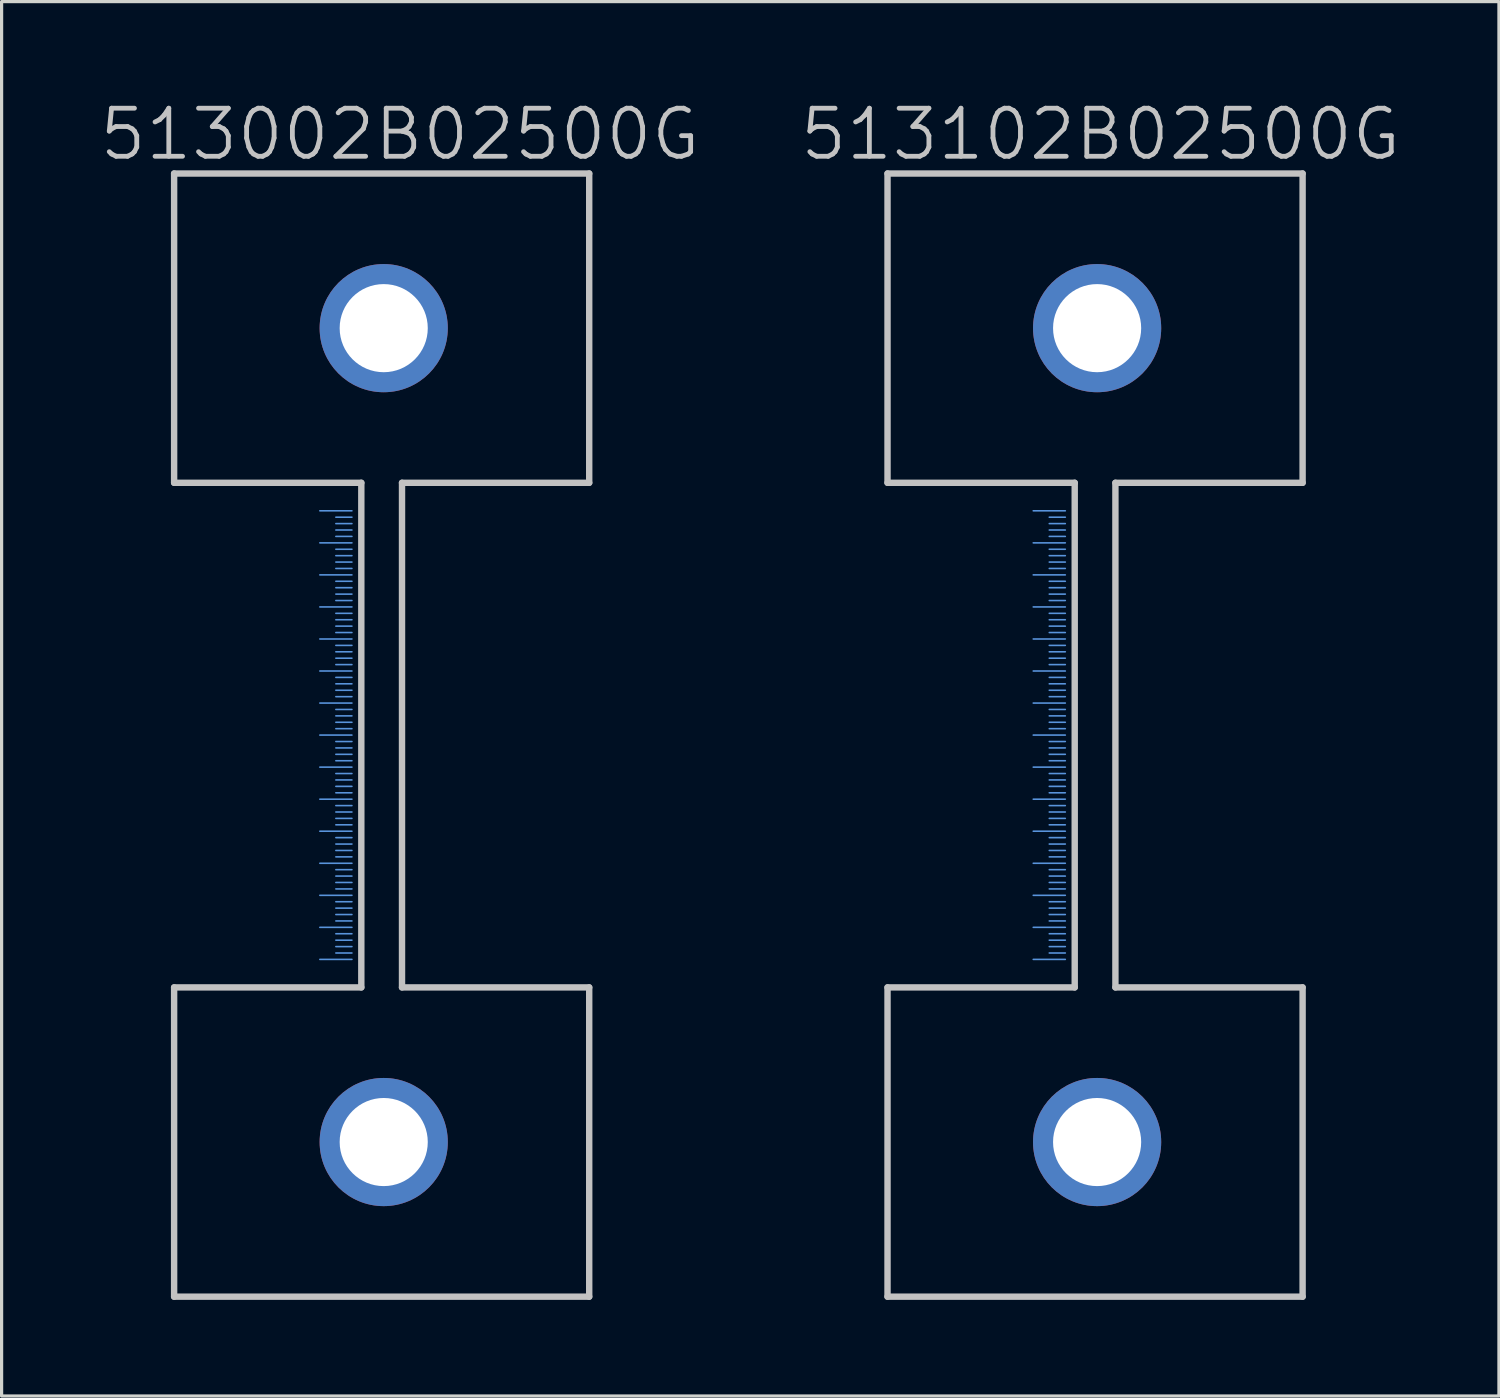
<source format=kicad_pcb>
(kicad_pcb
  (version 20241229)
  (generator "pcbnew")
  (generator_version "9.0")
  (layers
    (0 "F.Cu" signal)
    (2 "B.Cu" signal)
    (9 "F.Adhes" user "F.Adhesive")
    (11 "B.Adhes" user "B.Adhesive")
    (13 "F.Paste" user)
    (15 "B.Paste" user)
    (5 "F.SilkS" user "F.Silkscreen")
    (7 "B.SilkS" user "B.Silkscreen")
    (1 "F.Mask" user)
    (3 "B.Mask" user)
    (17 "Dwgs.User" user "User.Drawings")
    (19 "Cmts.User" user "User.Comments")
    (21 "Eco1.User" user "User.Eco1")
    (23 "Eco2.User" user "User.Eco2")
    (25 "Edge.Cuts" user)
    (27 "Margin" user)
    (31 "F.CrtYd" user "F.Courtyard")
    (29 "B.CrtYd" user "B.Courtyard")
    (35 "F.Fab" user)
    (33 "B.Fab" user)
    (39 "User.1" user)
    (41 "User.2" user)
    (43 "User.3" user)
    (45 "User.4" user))
  (footprint "513102B02500G"
    (layer "F.Cu")
    (at 27.696 19.891)
    (property "Reference" "513102B02500G" (at 3.6 -18.75 180) (layer "Dwgs.User") (effects (font (size 1.5 1.5) (thickness 0.15))))
    (attr through_hole)
    (fp_line (start -3.048 -17.526) (end -3.048 -7.874) (stroke (width 0.2) (type solid)) (layer "Dwgs.User"))
    (fp_line (start -3.048 7.874) (end -3.048 17.526) (stroke (width 0.2) (type solid)) (layer "Dwgs.User"))
    (fp_line (start -3.048 7.874) (end 2.794 7.874) (stroke (width 0.2) (type solid)) (layer "Dwgs.User"))
    (fp_line (start 2.794 -7.874) (end -3.048 -7.874) (stroke (width 0.2) (type solid)) (layer "Dwgs.User"))
    (fp_line (start 2.794 -7.874) (end 2.794 7.874) (stroke (width 0.2) (type solid)) (layer "Dwgs.User"))
    (fp_line (start 4.064 7.874) (end 4.064 -7.874) (stroke (width 0.2) (type solid)) (layer "Dwgs.User"))
    (fp_line (start 9.906 -17.526) (end -3.048 -17.526) (stroke (width 0.2) (type solid)) (layer "Dwgs.User"))
    (fp_line (start 9.906 -7.874) (end 4.064 -7.874) (stroke (width 0.2) (type solid)) (layer "Dwgs.User"))
    (fp_line (start 9.906 -7.874) (end 9.906 -17.526) (stroke (width 0.2) (type solid)) (layer "Dwgs.User"))
    (fp_line (start 9.906 7.874) (end 4.064 7.874) (stroke (width 0.2) (type solid)) (layer "Dwgs.User"))
    (fp_line (start 9.906 17.526) (end -3.048 17.526) (stroke (width 0.2) (type solid)) (layer "Dwgs.User"))
    (fp_line (start 9.906 17.526) (end 9.906 7.874) (stroke (width 0.2) (type solid)) (layer "Dwgs.User"))
    (fp_line (start 2.5 -7) (end 1.5 -7) (stroke (width 0.05) (type solid)) (layer "Cmts.User"))
    (fp_line (start 2.5 -6.8) (end 2 -6.8) (stroke (width 0.05) (type solid)) (layer "Cmts.User"))
    (fp_line (start 2.5 -6.6) (end 2 -6.6) (stroke (width 0.05) (type solid)) (layer "Cmts.User"))
    (fp_line (start 2.5 -6.4) (end 2 -6.4) (stroke (width 0.05) (type solid)) (layer "Cmts.User"))
    (fp_line (start 2.5 -6.2) (end 2 -6.2) (stroke (width 0.05) (type solid)) (layer "Cmts.User"))
    (fp_line (start 2.5 -6) (end 1.5 -6) (stroke (width 0.05) (type solid)) (layer "Cmts.User"))
    (fp_line (start 2.5 -5.8) (end 2 -5.8) (stroke (width 0.05) (type solid)) (layer "Cmts.User"))
    (fp_line (start 2.5 -5.6) (end 2 -5.6) (stroke (width 0.05) (type solid)) (layer "Cmts.User"))
    (fp_line (start 2.5 -5.4) (end 2 -5.4) (stroke (width 0.05) (type solid)) (layer "Cmts.User"))
    (fp_line (start 2.5 -5.2) (end 2 -5.2) (stroke (width 0.05) (type solid)) (layer "Cmts.User"))
    (fp_line (start 2.5 -5) (end 1.5 -5) (stroke (width 0.05) (type solid)) (layer "Cmts.User"))
    (fp_line (start 2.5 -4.8) (end 2 -4.8) (stroke (width 0.05) (type solid)) (layer "Cmts.User"))
    (fp_line (start 2.5 -4.6) (end 2 -4.6) (stroke (width 0.05) (type solid)) (layer "Cmts.User"))
    (fp_line (start 2.5 -4.4) (end 2 -4.4) (stroke (width 0.05) (type solid)) (layer "Cmts.User"))
    (fp_line (start 2.5 -4.2) (end 2 -4.2) (stroke (width 0.05) (type solid)) (layer "Cmts.User"))
    (fp_line (start 2.5 -4) (end 1.5 -4) (stroke (width 0.05) (type solid)) (layer "Cmts.User"))
    (fp_line (start 2.5 -3.8) (end 2 -3.8) (stroke (width 0.05) (type solid)) (layer "Cmts.User"))
    (fp_line (start 2.5 -3.6) (end 2 -3.6) (stroke (width 0.05) (type solid)) (layer "Cmts.User"))
    (fp_line (start 2.5 -3.4) (end 2 -3.4) (stroke (width 0.05) (type solid)) (layer "Cmts.User"))
    (fp_line (start 2.5 -3.2) (end 2 -3.2) (stroke (width 0.05) (type solid)) (layer "Cmts.User"))
    (fp_line (start 2.5 -3) (end 1.5 -3) (stroke (width 0.05) (type solid)) (layer "Cmts.User"))
    (fp_line (start 2.5 -2.8) (end 2 -2.8) (stroke (width 0.05) (type solid)) (layer "Cmts.User"))
    (fp_line (start 2.5 -2.6) (end 2 -2.6) (stroke (width 0.05) (type solid)) (layer "Cmts.User"))
    (fp_line (start 2.5 -2.4) (end 2 -2.4) (stroke (width 0.05) (type solid)) (layer "Cmts.User"))
    (fp_line (start 2.5 -2.2) (end 2 -2.2) (stroke (width 0.05) (type solid)) (layer "Cmts.User"))
    (fp_line (start 2.5 -2) (end 1.5 -2) (stroke (width 0.05) (type solid)) (layer "Cmts.User"))
    (fp_line (start 2.5 -1.8) (end 2 -1.8) (stroke (width 0.05) (type solid)) (layer "Cmts.User"))
    (fp_line (start 2.5 -1.6) (end 2 -1.6) (stroke (width 0.05) (type solid)) (layer "Cmts.User"))
    (fp_line (start 2.5 -1.4) (end 2 -1.4) (stroke (width 0.05) (type solid)) (layer "Cmts.User"))
    (fp_line (start 2.5 -1.2) (end 2 -1.2) (stroke (width 0.05) (type solid)) (layer "Cmts.User"))
    (fp_line (start 2.5 -1) (end 1.5 -1) (stroke (width 0.05) (type solid)) (layer "Cmts.User"))
    (fp_line (start 2.5 -0.8) (end 2 -0.8) (stroke (width 0.05) (type solid)) (layer "Cmts.User"))
    (fp_line (start 2.5 -0.6) (end 2 -0.6) (stroke (width 0.05) (type solid)) (layer "Cmts.User"))
    (fp_line (start 2.5 -0.4) (end 2 -0.4) (stroke (width 0.05) (type solid)) (layer "Cmts.User"))
    (fp_line (start 2.5 -0.2) (end 2 -0.2) (stroke (width 0.05) (type solid)) (layer "Cmts.User"))
    (fp_line (start 2.5 0) (end 1.5 0) (stroke (width 0.05) (type solid)) (layer "Cmts.User"))
    (fp_line (start 2.5 0.2) (end 2 0.2) (stroke (width 0.05) (type solid)) (layer "Cmts.User"))
    (fp_line (start 2.5 0.4) (end 2 0.4) (stroke (width 0.05) (type solid)) (layer "Cmts.User"))
    (fp_line (start 2.5 0.6) (end 2 0.6) (stroke (width 0.05) (type solid)) (layer "Cmts.User"))
    (fp_line (start 2.5 0.8) (end 2 0.8) (stroke (width 0.05) (type solid)) (layer "Cmts.User"))
    (fp_line (start 2.5 1) (end 1.5 1) (stroke (width 0.05) (type solid)) (layer "Cmts.User"))
    (fp_line (start 2.5 1.2) (end 2 1.2) (stroke (width 0.05) (type solid)) (layer "Cmts.User"))
    (fp_line (start 2.5 1.4) (end 2 1.4) (stroke (width 0.05) (type solid)) (layer "Cmts.User"))
    (fp_line (start 2.5 1.6) (end 2 1.6) (stroke (width 0.05) (type solid)) (layer "Cmts.User"))
    (fp_line (start 2.5 1.8) (end 2 1.8) (stroke (width 0.05) (type solid)) (layer "Cmts.User"))
    (fp_line (start 2.5 2) (end 1.5 2) (stroke (width 0.05) (type solid)) (layer "Cmts.User"))
    (fp_line (start 2.5 2.2) (end 2 2.2) (stroke (width 0.05) (type solid)) (layer "Cmts.User"))
    (fp_line (start 2.5 2.4) (end 2 2.4) (stroke (width 0.05) (type solid)) (layer "Cmts.User"))
    (fp_line (start 2.5 2.6) (end 2 2.6) (stroke (width 0.05) (type solid)) (layer "Cmts.User"))
    (fp_line (start 2.5 2.8) (end 2 2.8) (stroke (width 0.05) (type solid)) (layer "Cmts.User"))
    (fp_line (start 2.5 3) (end 1.5 3) (stroke (width 0.05) (type solid)) (layer "Cmts.User"))
    (fp_line (start 2.5 3.2) (end 2 3.2) (stroke (width 0.05) (type solid)) (layer "Cmts.User"))
    (fp_line (start 2.5 3.4) (end 2 3.4) (stroke (width 0.05) (type solid)) (layer "Cmts.User"))
    (fp_line (start 2.5 3.6) (end 2 3.6) (stroke (width 0.05) (type solid)) (layer "Cmts.User"))
    (fp_line (start 2.5 3.8) (end 2 3.8) (stroke (width 0.05) (type solid)) (layer "Cmts.User"))
    (fp_line (start 2.5 4) (end 1.5 4) (stroke (width 0.05) (type solid)) (layer "Cmts.User"))
    (fp_line (start 2.5 4.2) (end 2 4.2) (stroke (width 0.05) (type solid)) (layer "Cmts.User"))
    (fp_line (start 2.5 4.4) (end 2 4.4) (stroke (width 0.05) (type solid)) (layer "Cmts.User"))
    (fp_line (start 2.5 4.6) (end 2 4.6) (stroke (width 0.05) (type solid)) (layer "Cmts.User"))
    (fp_line (start 2.5 4.8) (end 2 4.8) (stroke (width 0.05) (type solid)) (layer "Cmts.User"))
    (fp_line (start 2.5 5) (end 1.5 5) (stroke (width 0.05) (type solid)) (layer "Cmts.User"))
    (fp_line (start 2.5 5.2) (end 2 5.2) (stroke (width 0.05) (type solid)) (layer "Cmts.User"))
    (fp_line (start 2.5 5.4) (end 2 5.4) (stroke (width 0.05) (type solid)) (layer "Cmts.User"))
    (fp_line (start 2.5 5.6) (end 2 5.6) (stroke (width 0.05) (type solid)) (layer "Cmts.User"))
    (fp_line (start 2.5 5.8) (end 2 5.8) (stroke (width 0.05) (type solid)) (layer "Cmts.User"))
    (fp_line (start 2.5 6) (end 1.5 6) (stroke (width 0.05) (type solid)) (layer "Cmts.User"))
    (fp_line (start 2.5 6.2) (end 2 6.2) (stroke (width 0.05) (type solid)) (layer "Cmts.User"))
    (fp_line (start 2.5 6.4) (end 2 6.4) (stroke (width 0.05) (type solid)) (layer "Cmts.User"))
    (fp_line (start 2.5 6.6) (end 2 6.6) (stroke (width 0.05) (type solid)) (layer "Cmts.User"))
    (fp_line (start 2.5 6.8) (end 2 6.8) (stroke (width 0.05) (type solid)) (layer "Cmts.User"))
    (fp_line (start 2.5 7) (end 1.5 7) (stroke (width 0.05) (type solid)) (layer "Cmts.User"))
    (pad "" thru_hole circle (at 3.493 -12.7 270) (size 4 4) (drill 2.75) (layers "*.Cu" "*.Mask"))
    (pad "" thru_hole circle (at 3.493 12.7 270) (size 4 4) (drill 2.75) (layers "*.Cu" "*.Mask")))
  (footprint "513002B02500G"
    (layer "F.Cu")
    (at 5.432 19.891)
    (property "Reference" "513002B02500G" (at 4 -18.75 180) (layer "Dwgs.User") (effects (font (size 1.5 1.5) (thickness 0.15))))
    (attr through_hole)
    (fp_line (start -3.048 -17.526) (end -3.048 -7.874) (stroke (width 0.2) (type solid)) (layer "Dwgs.User"))
    (fp_line (start -3.048 7.874) (end -3.048 17.526) (stroke (width 0.2) (type solid)) (layer "Dwgs.User"))
    (fp_line (start -3.048 7.874) (end 2.794 7.874) (stroke (width 0.2) (type solid)) (layer "Dwgs.User"))
    (fp_line (start 2.794 -7.874) (end -3.048 -7.874) (stroke (width 0.2) (type solid)) (layer "Dwgs.User"))
    (fp_line (start 2.794 -7.874) (end 2.794 7.874) (stroke (width 0.2) (type solid)) (layer "Dwgs.User"))
    (fp_line (start 4.064 7.874) (end 4.064 -7.874) (stroke (width 0.2) (type solid)) (layer "Dwgs.User"))
    (fp_line (start 9.906 -17.526) (end -3.048 -17.526) (stroke (width 0.2) (type solid)) (layer "Dwgs.User"))
    (fp_line (start 9.906 -7.874) (end 4.064 -7.874) (stroke (width 0.2) (type solid)) (layer "Dwgs.User"))
    (fp_line (start 9.906 -7.874) (end 9.906 -17.526) (stroke (width 0.2) (type solid)) (layer "Dwgs.User"))
    (fp_line (start 9.906 7.874) (end 4.064 7.874) (stroke (width 0.2) (type solid)) (layer "Dwgs.User"))
    (fp_line (start 9.906 17.526) (end -3.048 17.526) (stroke (width 0.2) (type solid)) (layer "Dwgs.User"))
    (fp_line (start 9.906 17.526) (end 9.906 7.874) (stroke (width 0.2) (type solid)) (layer "Dwgs.User"))
    (fp_line (start 2.5 -7) (end 1.5 -7) (stroke (width 0.05) (type solid)) (layer "Cmts.User"))
    (fp_line (start 2.5 -6.8) (end 2 -6.8) (stroke (width 0.05) (type solid)) (layer "Cmts.User"))
    (fp_line (start 2.5 -6.6) (end 2 -6.6) (stroke (width 0.05) (type solid)) (layer "Cmts.User"))
    (fp_line (start 2.5 -6.4) (end 2 -6.4) (stroke (width 0.05) (type solid)) (layer "Cmts.User"))
    (fp_line (start 2.5 -6.2) (end 2 -6.2) (stroke (width 0.05) (type solid)) (layer "Cmts.User"))
    (fp_line (start 2.5 -6) (end 1.5 -6) (stroke (width 0.05) (type solid)) (layer "Cmts.User"))
    (fp_line (start 2.5 -5.8) (end 2 -5.8) (stroke (width 0.05) (type solid)) (layer "Cmts.User"))
    (fp_line (start 2.5 -5.6) (end 2 -5.6) (stroke (width 0.05) (type solid)) (layer "Cmts.User"))
    (fp_line (start 2.5 -5.4) (end 2 -5.4) (stroke (width 0.05) (type solid)) (layer "Cmts.User"))
    (fp_line (start 2.5 -5.2) (end 2 -5.2) (stroke (width 0.05) (type solid)) (layer "Cmts.User"))
    (fp_line (start 2.5 -5) (end 1.5 -5) (stroke (width 0.05) (type solid)) (layer "Cmts.User"))
    (fp_line (start 2.5 -4.8) (end 2 -4.8) (stroke (width 0.05) (type solid)) (layer "Cmts.User"))
    (fp_line (start 2.5 -4.6) (end 2 -4.6) (stroke (width 0.05) (type solid)) (layer "Cmts.User"))
    (fp_line (start 2.5 -4.4) (end 2 -4.4) (stroke (width 0.05) (type solid)) (layer "Cmts.User"))
    (fp_line (start 2.5 -4.2) (end 2 -4.2) (stroke (width 0.05) (type solid)) (layer "Cmts.User"))
    (fp_line (start 2.5 -4) (end 1.5 -4) (stroke (width 0.05) (type solid)) (layer "Cmts.User"))
    (fp_line (start 2.5 -3.8) (end 2 -3.8) (stroke (width 0.05) (type solid)) (layer "Cmts.User"))
    (fp_line (start 2.5 -3.6) (end 2 -3.6) (stroke (width 0.05) (type solid)) (layer "Cmts.User"))
    (fp_line (start 2.5 -3.4) (end 2 -3.4) (stroke (width 0.05) (type solid)) (layer "Cmts.User"))
    (fp_line (start 2.5 -3.2) (end 2 -3.2) (stroke (width 0.05) (type solid)) (layer "Cmts.User"))
    (fp_line (start 2.5 -3) (end 1.5 -3) (stroke (width 0.05) (type solid)) (layer "Cmts.User"))
    (fp_line (start 2.5 -2.8) (end 2 -2.8) (stroke (width 0.05) (type solid)) (layer "Cmts.User"))
    (fp_line (start 2.5 -2.6) (end 2 -2.6) (stroke (width 0.05) (type solid)) (layer "Cmts.User"))
    (fp_line (start 2.5 -2.4) (end 2 -2.4) (stroke (width 0.05) (type solid)) (layer "Cmts.User"))
    (fp_line (start 2.5 -2.2) (end 2 -2.2) (stroke (width 0.05) (type solid)) (layer "Cmts.User"))
    (fp_line (start 2.5 -2) (end 1.5 -2) (stroke (width 0.05) (type solid)) (layer "Cmts.User"))
    (fp_line (start 2.5 -1.8) (end 2 -1.8) (stroke (width 0.05) (type solid)) (layer "Cmts.User"))
    (fp_line (start 2.5 -1.6) (end 2 -1.6) (stroke (width 0.05) (type solid)) (layer "Cmts.User"))
    (fp_line (start 2.5 -1.4) (end 2 -1.4) (stroke (width 0.05) (type solid)) (layer "Cmts.User"))
    (fp_line (start 2.5 -1.2) (end 2 -1.2) (stroke (width 0.05) (type solid)) (layer "Cmts.User"))
    (fp_line (start 2.5 -1) (end 1.5 -1) (stroke (width 0.05) (type solid)) (layer "Cmts.User"))
    (fp_line (start 2.5 -0.8) (end 2 -0.8) (stroke (width 0.05) (type solid)) (layer "Cmts.User"))
    (fp_line (start 2.5 -0.6) (end 2 -0.6) (stroke (width 0.05) (type solid)) (layer "Cmts.User"))
    (fp_line (start 2.5 -0.4) (end 2 -0.4) (stroke (width 0.05) (type solid)) (layer "Cmts.User"))
    (fp_line (start 2.5 -0.2) (end 2 -0.2) (stroke (width 0.05) (type solid)) (layer "Cmts.User"))
    (fp_line (start 2.5 0) (end 1.5 0) (stroke (width 0.05) (type solid)) (layer "Cmts.User"))
    (fp_line (start 2.5 0.2) (end 2 0.2) (stroke (width 0.05) (type solid)) (layer "Cmts.User"))
    (fp_line (start 2.5 0.4) (end 2 0.4) (stroke (width 0.05) (type solid)) (layer "Cmts.User"))
    (fp_line (start 2.5 0.6) (end 2 0.6) (stroke (width 0.05) (type solid)) (layer "Cmts.User"))
    (fp_line (start 2.5 0.8) (end 2 0.8) (stroke (width 0.05) (type solid)) (layer "Cmts.User"))
    (fp_line (start 2.5 1) (end 1.5 1) (stroke (width 0.05) (type solid)) (layer "Cmts.User"))
    (fp_line (start 2.5 1.2) (end 2 1.2) (stroke (width 0.05) (type solid)) (layer "Cmts.User"))
    (fp_line (start 2.5 1.4) (end 2 1.4) (stroke (width 0.05) (type solid)) (layer "Cmts.User"))
    (fp_line (start 2.5 1.6) (end 2 1.6) (stroke (width 0.05) (type solid)) (layer "Cmts.User"))
    (fp_line (start 2.5 1.8) (end 2 1.8) (stroke (width 0.05) (type solid)) (layer "Cmts.User"))
    (fp_line (start 2.5 2) (end 1.5 2) (stroke (width 0.05) (type solid)) (layer "Cmts.User"))
    (fp_line (start 2.5 2.2) (end 2 2.2) (stroke (width 0.05) (type solid)) (layer "Cmts.User"))
    (fp_line (start 2.5 2.4) (end 2 2.4) (stroke (width 0.05) (type solid)) (layer "Cmts.User"))
    (fp_line (start 2.5 2.6) (end 2 2.6) (stroke (width 0.05) (type solid)) (layer "Cmts.User"))
    (fp_line (start 2.5 2.8) (end 2 2.8) (stroke (width 0.05) (type solid)) (layer "Cmts.User"))
    (fp_line (start 2.5 3) (end 1.5 3) (stroke (width 0.05) (type solid)) (layer "Cmts.User"))
    (fp_line (start 2.5 3.2) (end 2 3.2) (stroke (width 0.05) (type solid)) (layer "Cmts.User"))
    (fp_line (start 2.5 3.4) (end 2 3.4) (stroke (width 0.05) (type solid)) (layer "Cmts.User"))
    (fp_line (start 2.5 3.6) (end 2 3.6) (stroke (width 0.05) (type solid)) (layer "Cmts.User"))
    (fp_line (start 2.5 3.8) (end 2 3.8) (stroke (width 0.05) (type solid)) (layer "Cmts.User"))
    (fp_line (start 2.5 4) (end 1.5 4) (stroke (width 0.05) (type solid)) (layer "Cmts.User"))
    (fp_line (start 2.5 4.2) (end 2 4.2) (stroke (width 0.05) (type solid)) (layer "Cmts.User"))
    (fp_line (start 2.5 4.4) (end 2 4.4) (stroke (width 0.05) (type solid)) (layer "Cmts.User"))
    (fp_line (start 2.5 4.6) (end 2 4.6) (stroke (width 0.05) (type solid)) (layer "Cmts.User"))
    (fp_line (start 2.5 4.8) (end 2 4.8) (stroke (width 0.05) (type solid)) (layer "Cmts.User"))
    (fp_line (start 2.5 5) (end 1.5 5) (stroke (width 0.05) (type solid)) (layer "Cmts.User"))
    (fp_line (start 2.5 5.2) (end 2 5.2) (stroke (width 0.05) (type solid)) (layer "Cmts.User"))
    (fp_line (start 2.5 5.4) (end 2 5.4) (stroke (width 0.05) (type solid)) (layer "Cmts.User"))
    (fp_line (start 2.5 5.6) (end 2 5.6) (stroke (width 0.05) (type solid)) (layer "Cmts.User"))
    (fp_line (start 2.5 5.8) (end 2 5.8) (stroke (width 0.05) (type solid)) (layer "Cmts.User"))
    (fp_line (start 2.5 6) (end 1.5 6) (stroke (width 0.05) (type solid)) (layer "Cmts.User"))
    (fp_line (start 2.5 6.2) (end 2 6.2) (stroke (width 0.05) (type solid)) (layer "Cmts.User"))
    (fp_line (start 2.5 6.4) (end 2 6.4) (stroke (width 0.05) (type solid)) (layer "Cmts.User"))
    (fp_line (start 2.5 6.6) (end 2 6.6) (stroke (width 0.05) (type solid)) (layer "Cmts.User"))
    (fp_line (start 2.5 6.8) (end 2 6.8) (stroke (width 0.05) (type solid)) (layer "Cmts.User"))
    (fp_line (start 2.5 7) (end 1.5 7) (stroke (width 0.05) (type solid)) (layer "Cmts.User"))
    (pad "" thru_hole circle (at 3.493 -12.7 270) (size 4 4) (drill 2.75) (layers "*.Cu" "*.Mask"))
    (pad "" thru_hole circle (at 3.493 12.7 270) (size 4 4) (drill 2.75) (layers "*.Cu" "*.Mask")))
  (gr_rect
    (start -3 -3)
    (end 43.729 40.517)
    (stroke (width 0.1) (type default))
    (fill no)
    (layer "Edge.Cuts")))
</source>
